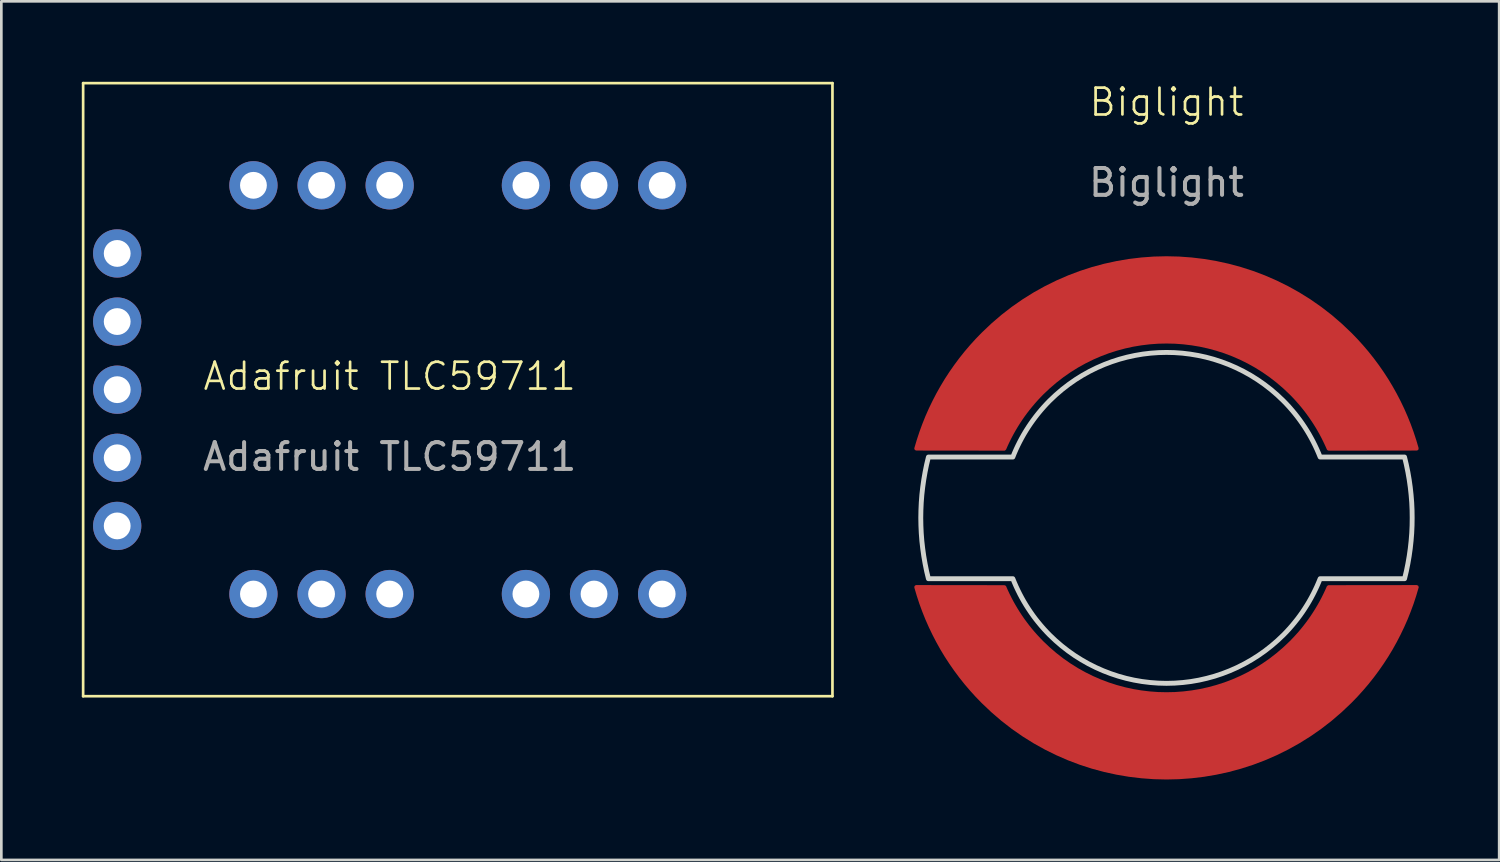
<source format=kicad_pcb>
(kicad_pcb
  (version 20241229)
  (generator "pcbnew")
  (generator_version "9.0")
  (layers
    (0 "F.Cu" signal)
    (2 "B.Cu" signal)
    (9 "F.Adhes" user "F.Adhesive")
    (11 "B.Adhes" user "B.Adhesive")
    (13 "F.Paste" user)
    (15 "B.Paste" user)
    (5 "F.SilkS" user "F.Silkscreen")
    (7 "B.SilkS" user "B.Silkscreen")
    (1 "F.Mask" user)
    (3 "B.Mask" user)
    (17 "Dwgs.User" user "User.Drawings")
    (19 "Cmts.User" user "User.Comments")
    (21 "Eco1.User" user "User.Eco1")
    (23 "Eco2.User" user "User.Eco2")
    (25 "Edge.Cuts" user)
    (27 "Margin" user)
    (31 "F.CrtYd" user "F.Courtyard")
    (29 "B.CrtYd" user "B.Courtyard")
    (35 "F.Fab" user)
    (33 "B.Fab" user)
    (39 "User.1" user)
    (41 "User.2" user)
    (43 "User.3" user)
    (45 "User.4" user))
  (footprint "Adafruit TLC59711"
    (layer "F.Cu")
    (at 11.48 11.48)
    (property "Reference" "Adafruit TLC59711" (at 0 -0.5 0) (unlocked yes) (layer "F.SilkS") (effects (font (size 1 1) (thickness 0.1))))
    (fp_line (start -11.43 -11.43) (end 16.51 -11.43) (stroke (width 0.1) (type default)) (layer "F.SilkS"))
    (fp_line (start -11.43 11.43) (end -11.43 -11.43) (stroke (width 0.1) (type default)) (layer "F.SilkS"))
    (fp_line (start 16.51 -11.43) (end 16.51 11.43) (stroke (width 0.1) (type default)) (layer "F.SilkS"))
    (fp_line (start 16.51 11.43) (end -11.43 11.43) (stroke (width 0.1) (type default)) (layer "F.SilkS"))
    (fp_text user "${REFERENCE}" (at 0 2.5 0) (unlocked yes) (layer "F.Fab") (effects (font (size 1 1) (thickness 0.15))))
    (pad "1" thru_hole circle (at -10.16 -5.08) (size 1.8 1.8) (drill 1) (layers "*.Cu" "*.Mask"))
    (pad "2" thru_hole circle (at -10.16 -2.54) (size 1.8 1.8) (drill 1) (layers "*.Cu" "*.Mask"))
    (pad "3" thru_hole circle (at -10.16 0) (size 1.8 1.8) (drill 1) (layers "*.Cu" "*.Mask"))
    (pad "4" thru_hole circle (at -10.16 2.54) (size 1.8 1.8) (drill 1) (layers "*.Cu" "*.Mask"))
    (pad "5" thru_hole circle (at -10.16 5.08) (size 1.8 1.8) (drill 1) (layers "*.Cu" "*.Mask"))
    (pad "8" thru_hole circle (at -5.08 7.62) (size 1.8 1.8) (drill 1) (layers "*.Cu" "*.Mask"))
    (pad "9" thru_hole circle (at -2.54 7.62) (size 1.8 1.8) (drill 1) (layers "*.Cu" "*.Mask"))
    (pad "10" thru_hole circle (at 0 7.62) (size 1.8 1.8) (drill 1) (layers "*.Cu" "*.Mask"))
    (pad "11" thru_hole circle (at 5.08 7.62) (size 1.8 1.8) (drill 1) (layers "*.Cu" "*.Mask"))
    (pad "12" thru_hole circle (at 7.62 7.62) (size 1.8 1.8) (drill 1) (layers "*.Cu" "*.Mask"))
    (pad "13" thru_hole circle (at 10.16 7.62) (size 1.8 1.8) (drill 1) (layers "*.Cu" "*.Mask"))
    (pad "14" thru_hole circle (at 10.16 -7.62) (size 1.8 1.8) (drill 1) (layers "*.Cu" "*.Mask"))
    (pad "15" thru_hole circle (at 7.62 -7.62) (size 1.8 1.8) (drill 1) (layers "*.Cu" "*.Mask"))
    (pad "16" thru_hole circle (at 5.08 -7.62) (size 1.8 1.8) (drill 1) (layers "*.Cu" "*.Mask"))
    (pad "17" thru_hole circle (at 0 -7.62) (size 1.8 1.8) (drill 1) (layers "*.Cu" "*.Mask"))
    (pad "18" thru_hole circle (at -2.54 -7.62) (size 1.8 1.8) (drill 1) (layers "*.Cu" "*.Mask"))
    (pad "19" thru_hole circle (at -5.08 -7.62) (size 1.8 1.8) (drill 1) (layers "*.Cu" "*.Mask")))
  (footprint "Biglight"
    (layer "F.Cu")
    (at 40.445 1.26)
    (property "Reference" "Biglight" (at 0 -0.5 0) (unlocked yes) (layer "F.SilkS") (effects (font (size 1 1) (thickness 0.1))))
    (fp_poly (pts (xy 0.296 8.838) (xy 0.592 8.859) (xy 0.886 8.895) (xy 1.178 8.944) (xy 1.469 9.007) (xy 1.757 9.085) (xy 2.041 9.177) (xy 2.322 9.283) (xy 2.598 9.403) (xy 2.869 9.537) (xy 3.135 9.685) (xy 3.394 9.847) (xy 3.648 10.024) (xy 3.894 10.214) (xy 4.132 10.419) (xy 4.362 10.638) (xy 4.472 10.751) (xy 4.579 10.867) (xy 4.682 10.986) (xy 4.783 11.107) (xy 4.88 11.23) (xy 4.974 11.356) (xy 5.065 11.484) (xy 5.153 11.615) (xy 5.237 11.747) (xy 5.318 11.882) (xy 5.395 12.019) (xy 5.469 12.158) (xy 5.539 12.298) (xy 5.606 12.441) (xy 5.669 12.585) (xy 5.729 12.731) (xy 8.876 12.731) (xy 8.943 13.011) (xy 9.001 13.293) (xy 9.05 13.575) (xy 9.09 13.859) (xy 9.121 14.144) (xy 9.144 14.429) (xy 9.157 14.714) (xy 9.161 15) (xy 9.157 15.286) (xy 9.144 15.571) (xy 9.121 15.857) (xy 9.09 16.141) (xy 9.05 16.425) (xy 9.001 16.707) (xy 8.944 16.989) (xy 8.877 17.269) (xy 5.729 17.268) (xy 5.669 17.414) (xy 5.606 17.559) (xy 5.539 17.701) (xy 5.469 17.842) (xy 5.395 17.981) (xy 5.318 18.118) (xy 5.237 18.253) (xy 5.153 18.385) (xy 5.066 18.516) (xy 4.975 18.644) (xy 4.881 18.77) (xy 4.783 18.893) (xy 4.683 19.014) (xy 4.579 19.133) (xy 4.473 19.249) (xy 4.363 19.362) (xy 4.141 19.573) (xy 3.91 19.772) (xy 3.671 19.959) (xy 3.423 20.133) (xy 3.168 20.294) (xy 2.906 20.442) (xy 2.637 20.578) (xy 2.361 20.7) (xy 2.081 20.808) (xy 1.795 20.903) (xy 1.504 20.983) (xy 1.21 21.05) (xy 0.912 21.102) (xy 0.61 21.139) (xy 0.306 21.162) (xy 0.000451 21.17) (xy -0.305 21.162) (xy -0.609 21.139) (xy -0.911 21.102) (xy -1.209 21.05) (xy -1.503 20.984) (xy -1.794 20.903) (xy -2.08 20.808) (xy -2.361 20.7) (xy -2.636 20.578) (xy -2.905 20.443) (xy -3.167 20.294) (xy -3.423 20.133) (xy -3.67 19.959) (xy -3.91 19.772) (xy -4.141 19.573) (xy -4.363 19.362) (xy -4.472 19.249) (xy -4.579 19.133) (xy -4.683 19.014) (xy -4.783 18.893) (xy -4.881 18.77) (xy -4.975 18.644) (xy -5.065 18.516) (xy -5.153 18.385) (xy -5.237 18.253) (xy -5.318 18.118) (xy -5.395 17.981) (xy -5.469 17.842) (xy -5.539 17.701) (xy -5.606 17.559) (xy -5.669 17.414) (xy -5.729 17.268) (xy -8.877 17.269) (xy -8.944 16.989) (xy -9.001 16.707) (xy -9.05 16.425) (xy -9.09 16.141) (xy -9.122 15.857) (xy -9.144 15.572) (xy -9.157 15.286) (xy -9.162 15) (xy -9.157 14.715) (xy -9.144 14.429) (xy -9.122 14.144) (xy -9.09 13.859) (xy -9.05 13.576) (xy -9.001 13.293) (xy -8.944 13.012) (xy -8.877 12.732) (xy -5.729 12.732) (xy -5.67 12.586) (xy -5.607 12.441) (xy -5.54 12.299) (xy -5.469 12.158) (xy -5.395 12.019) (xy -5.318 11.882) (xy -5.237 11.747) (xy -5.153 11.615) (xy -5.065 11.484) (xy -4.974 11.356) (xy -4.88 11.23) (xy -4.783 11.107) (xy -4.682 10.985) (xy -4.579 10.867) (xy -4.472 10.751) (xy -4.362 10.637) (xy -4.132 10.419) (xy -3.893 10.214) (xy -3.647 10.024) (xy -3.394 9.847) (xy -3.134 9.685) (xy -2.868 9.537) (xy -2.597 9.403) (xy -2.321 9.283) (xy -2.04 9.177) (xy -1.756 9.085) (xy -1.468 9.007) (xy -1.178 8.944) (xy -0.885 8.894) (xy -0.591 8.859) (xy -0.296 8.838) (xy 0.000313 8.831)) (stroke (width 0.182) (type solid) (color 255 0 255 1)) (fill no) (layer "Edge.Cuts"))
    (fp_text user "${REFERENCE}" (at 0 2.5 0) (unlocked yes) (layer "F.Fab") (effects (font (size 1 1) (thickness 0.15))))
    (pad "1" smd custom (at 0 6.5) (size 1.524 1.524) (layers "F.Cu" "F.Mask") (options (anchor circle)) (primitives (gr_poly (pts (xy 0.464 -1.171) (xy 0.928 -1.137) (xy 1.39 -1.082) (xy 1.849 -1.004) (xy 2.305 -0.905) (xy 2.756 -0.783) (xy 3.203 -0.639) (xy 3.643 -0.473) (xy 4.077 -0.284) (xy 4.502 -0.074) (xy 4.92 0.159) (xy 5.327 0.413) (xy 5.725 0.69) (xy 6.111 0.989) (xy 6.485 1.311) (xy 6.846 1.654) (xy 7.064 1.879) (xy 7.274 2.111) (xy 7.476 2.348) (xy 7.67 2.592) (xy 7.856 2.842) (xy 8.034 3.097) (xy 8.204 3.358) (xy 8.364 3.624) (xy 8.517 3.896) (xy 8.66 4.171) (xy 8.795 4.452) (xy 8.92 4.737) (xy 9.037 5.026) (xy 9.144 5.319) (xy 9.242 5.616) (xy 9.331 5.917) (xy 6.048 5.922) (xy 5.984 5.778) (xy 5.917 5.636) (xy 5.847 5.495) (xy 5.774 5.356) (xy 5.697 5.219) (xy 5.617 5.084) (xy 5.534 4.951) (xy 5.447 4.82) (xy 5.358 4.691) (xy 5.266 4.564) (xy 5.17 4.439) (xy 5.072 4.317) (xy 4.97 4.197) (xy 4.866 4.079) (xy 4.759 3.964) (xy 4.649 3.851) (xy 4.403 3.618) (xy 4.149 3.4) (xy 3.887 3.197) (xy 3.617 3.009) (xy 3.341 2.836) (xy 3.057 2.678) (xy 2.768 2.535) (xy 2.474 2.407) (xy 2.175 2.294) (xy 1.872 2.197) (xy 1.565 2.114) (xy 1.256 2.046) (xy 0.944 1.994) (xy 0.63 1.956) (xy 0.315 1.933) (xy -0.000007 1.926) (xy -0.315 1.933) (xy -0.63 1.956) (xy -0.944 1.994) (xy -1.256 2.046) (xy -1.565 2.114) (xy -1.872 2.197) (xy -2.175 2.294) (xy -2.474 2.407) (xy -2.768 2.535) (xy -3.057 2.678) (xy -3.341 2.836) (xy -3.617 3.009) (xy -3.887 3.197) (xy -4.149 3.4) (xy -4.403 3.618) (xy -4.649 3.851) (xy -4.759 3.964) (xy -4.866 4.079) (xy -4.97 4.197) (xy -5.071 4.317) (xy -5.17 4.439) (xy -5.265 4.563) (xy -5.358 4.69) (xy -5.447 4.819) (xy -5.533 4.95) (xy -5.616 5.083) (xy -5.696 5.218) (xy -5.773 5.355) (xy -5.847 5.494) (xy -5.917 5.634) (xy -5.984 5.777) (xy -6.047 5.921) (xy -9.331 5.917) (xy -9.242 5.616) (xy -9.144 5.319) (xy -9.037 5.026) (xy -8.921 4.737) (xy -8.795 4.452) (xy -8.66 4.172) (xy -8.517 3.896) (xy -8.364 3.624) (xy -8.204 3.358) (xy -8.034 3.097) (xy -7.856 2.842) (xy -7.67 2.592) (xy -7.476 2.348) (xy -7.274 2.111) (xy -7.064 1.879) (xy -6.846 1.654) (xy -6.485 1.311) (xy -6.111 0.989) (xy -5.725 0.69) (xy -5.327 0.413) (xy -4.92 0.159) (xy -4.502 -0.074) (xy -4.077 -0.284) (xy -3.643 -0.473) (xy -3.203 -0.639) (xy -2.757 -0.783) (xy -2.305 -0.905) (xy -1.849 -1.004) (xy -1.39 -1.082) (xy -0.928 -1.137) (xy -0.464 -1.171) (xy -0.000028 -1.182)) (width 0.146) (fill yes))))
    (pad "2" smd custom (at 0 23.5) (size 1.524 1.524) (layers "F.Cu" "F.Mask") (options (anchor circle)) (primitives (gr_poly (pts (xy 9.243 -5.62) (xy 9.146 -5.323) (xy 9.038 -5.03) (xy 8.922 -4.74) (xy 8.796 -4.455) (xy 8.661 -4.174) (xy 8.518 -3.898) (xy 8.366 -3.626) (xy 8.205 -3.36) (xy 8.035 -3.099) (xy 7.857 -2.843) (xy 7.671 -2.593) (xy 7.477 -2.349) (xy 7.274 -2.111) (xy 7.064 -1.879) (xy 6.846 -1.654) (xy 6.846 -1.654) (xy 6.485 -1.311) (xy 6.111 -0.989) (xy 5.725 -0.69) (xy 5.327 -0.413) (xy 4.92 -0.159) (xy 4.502 0.074) (xy 4.077 0.284) (xy 3.643 0.473) (xy 3.203 0.639) (xy 2.756 0.783) (xy 2.305 0.905) (xy 1.849 1.004) (xy 1.39 1.082) (xy 0.928 1.137) (xy 0.464 1.171) (xy -0.000009 1.182) (xy -0.464 1.171) (xy -0.928 1.137) (xy -1.39 1.082) (xy -1.849 1.004) (xy -2.305 0.905) (xy -2.757 0.783) (xy -3.203 0.639) (xy -3.643 0.473) (xy -4.077 0.284) (xy -4.502 0.074) (xy -4.92 -0.159) (xy -5.327 -0.413) (xy -5.725 -0.69) (xy -6.111 -0.989) (xy -6.485 -1.311) (xy -6.846 -1.654) (xy -7.064 -1.879) (xy -7.274 -2.111) (xy -7.477 -2.349) (xy -7.671 -2.593) (xy -7.857 -2.843) (xy -8.035 -3.099) (xy -8.205 -3.36) (xy -8.366 -3.626) (xy -8.518 -3.898) (xy -8.661 -4.174) (xy -8.796 -4.455) (xy -8.922 -4.74) (xy -9.038 -5.03) (xy -9.146 -5.323) (xy -9.243 -5.62) (xy -9.332 -5.921) (xy -6.045 -5.917) (xy -5.982 -5.773) (xy -5.915 -5.631) (xy -5.845 -5.491) (xy -5.772 -5.352) (xy -5.695 -5.216) (xy -5.615 -5.081) (xy -5.532 -4.948) (xy -5.446 -4.817) (xy -5.357 -4.689) (xy -5.264 -4.562) (xy -5.169 -4.438) (xy -5.071 -4.316) (xy -4.97 -4.196) (xy -4.865 -4.079) (xy -4.758 -3.964) (xy -4.649 -3.851) (xy -4.403 -3.618) (xy -4.149 -3.4) (xy -3.887 -3.197) (xy -3.617 -3.009) (xy -3.341 -2.836) (xy -3.057 -2.678) (xy -2.768 -2.535) (xy -2.474 -2.407) (xy -2.175 -2.294) (xy -1.872 -2.197) (xy -1.565 -2.114) (xy -1.256 -2.046) (xy -0.944 -1.994) (xy -0.63 -1.956) (xy -0.315 -1.933) (xy -0.000007 -1.926) (xy 0.315 -1.933) (xy 0.63 -1.956) (xy 0.944 -1.994) (xy 1.256 -2.046) (xy 1.565 -2.114) (xy 1.872 -2.197) (xy 2.175 -2.294) (xy 2.474 -2.407) (xy 2.768 -2.535) (xy 3.057 -2.678) (xy 3.341 -2.836) (xy 3.617 -3.009) (xy 3.887 -3.197) (xy 4.149 -3.4) (xy 4.403 -3.618) (xy 4.649 -3.851) (xy 4.758 -3.964) (xy 4.865 -4.079) (xy 4.97 -4.196) (xy 5.071 -4.316) (xy 5.169 -4.438) (xy 5.264 -4.562) (xy 5.357 -4.689) (xy 5.446 -4.817) (xy 5.532 -4.948) (xy 5.615 -5.081) (xy 5.695 -5.216) (xy 5.772 -5.352) (xy 5.845 -5.491) (xy 5.915 -5.631) (xy 5.982 -5.773) (xy 6.045 -5.917) (xy 9.332 -5.921)) (width 0.146) (fill yes)))))
  (gr_rect
    (start -3 -3)
    (end 52.85 29.015)
    (stroke (width 0.1) (type default))
    (fill no)
    (layer "Edge.Cuts")))
</source>
